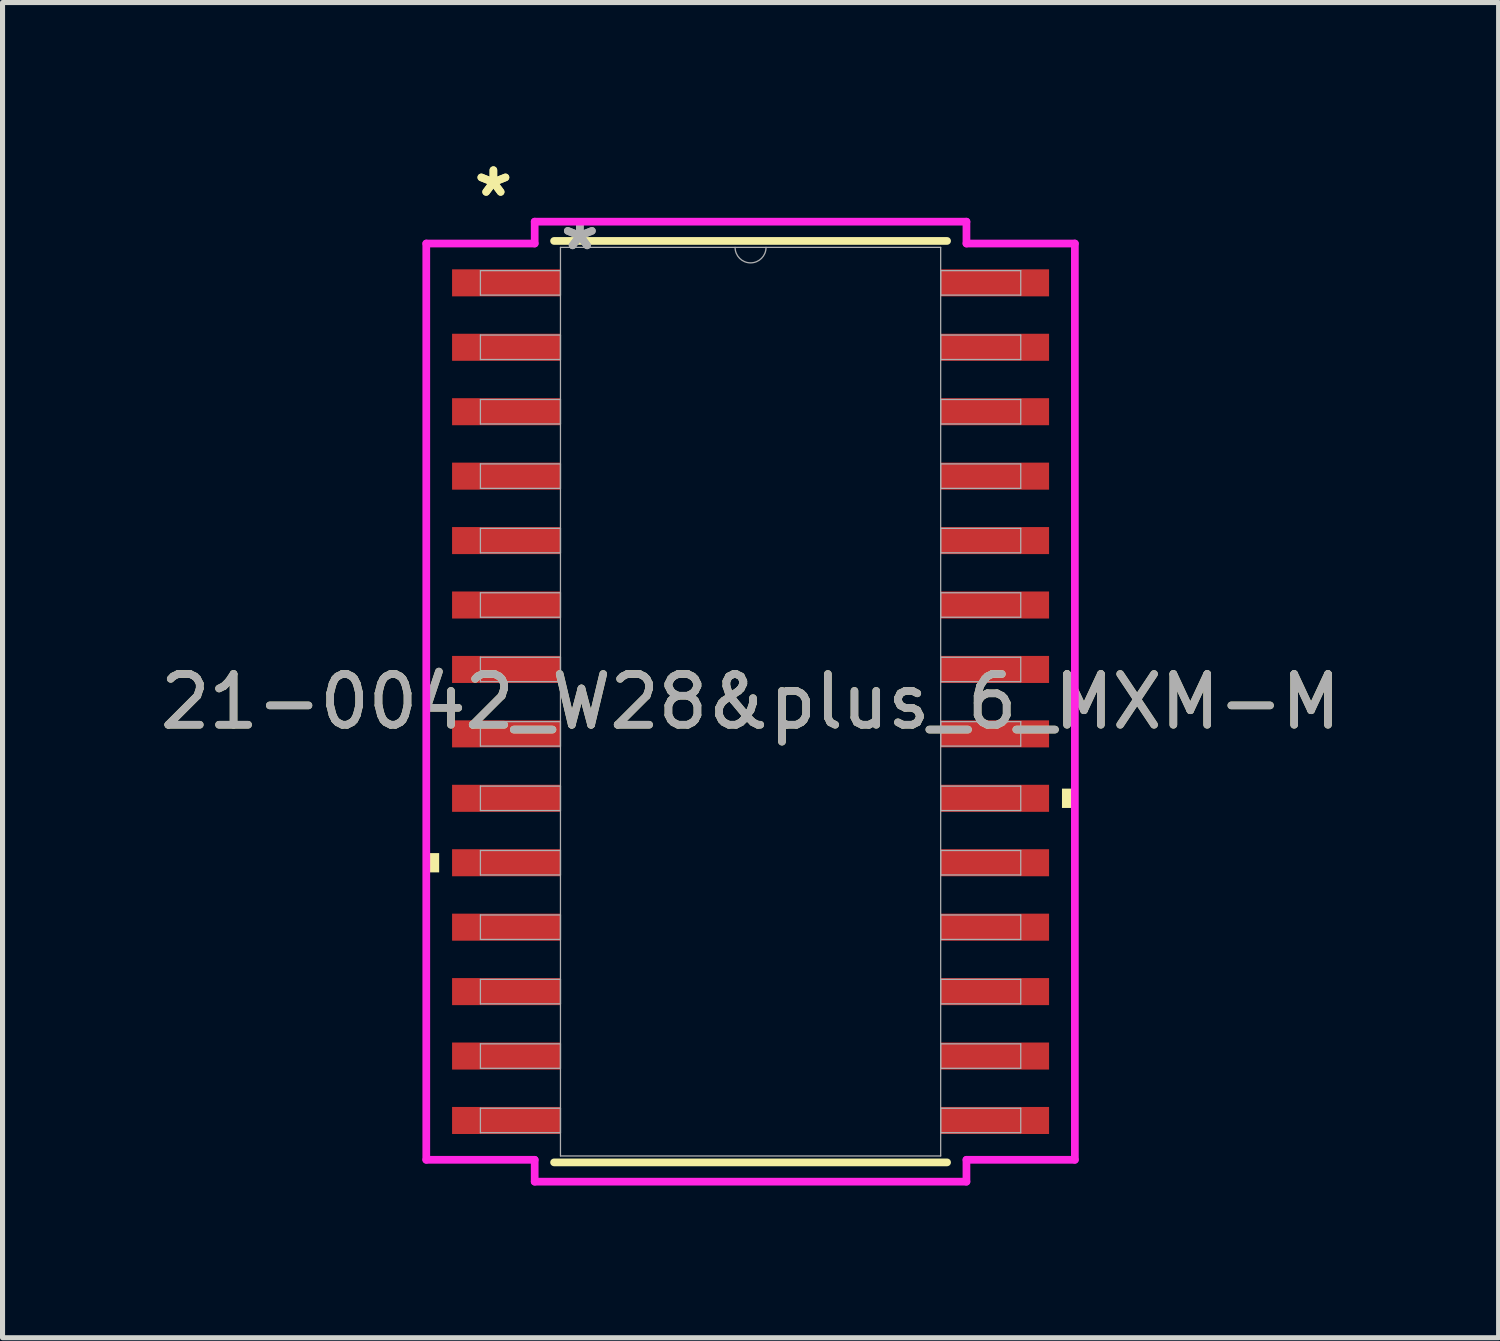
<source format=kicad_pcb>
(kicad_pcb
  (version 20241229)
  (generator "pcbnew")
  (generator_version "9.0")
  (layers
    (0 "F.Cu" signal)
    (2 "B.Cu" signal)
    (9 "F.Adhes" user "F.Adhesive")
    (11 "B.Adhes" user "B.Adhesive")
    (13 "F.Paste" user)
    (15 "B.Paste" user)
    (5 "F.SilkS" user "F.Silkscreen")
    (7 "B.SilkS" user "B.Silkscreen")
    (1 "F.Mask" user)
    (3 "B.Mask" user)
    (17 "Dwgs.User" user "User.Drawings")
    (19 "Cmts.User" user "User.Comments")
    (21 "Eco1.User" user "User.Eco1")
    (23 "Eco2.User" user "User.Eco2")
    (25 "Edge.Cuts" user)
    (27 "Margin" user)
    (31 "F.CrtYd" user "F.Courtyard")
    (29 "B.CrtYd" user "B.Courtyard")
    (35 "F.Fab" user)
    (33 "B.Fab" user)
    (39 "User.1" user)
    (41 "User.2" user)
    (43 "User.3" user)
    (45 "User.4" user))
  (footprint "21-0042_W28&plus_6_MXM-M"
    (layer "F.Cu")
    (at 11.744 10.78)
    (property "Reference" "21-0042_W28&plus_6_MXM-M" (at 0 0 0) (unlocked yes) (layer "F.SilkS") (effects (font (size 1 1) (thickness 0.15))))
    (attr smd)
    (fp_line (start -3.873 9.081) (end 3.873 9.081) (stroke (width 0.152) (type solid)) (layer "F.SilkS"))
    (fp_line (start 3.873 -9.081) (end -3.873 -9.081) (stroke (width 0.152) (type solid)) (layer "F.SilkS"))
    (fp_poly (pts (xy -6.392 2.985) (xy -6.392 3.365) (xy -6.138 3.365) (xy -6.138 2.985)) (stroke (width 0) (type solid)) (fill yes) (layer "F.SilkS"))
    (fp_poly (pts (xy 6.392 1.714) (xy 6.392 2.095) (xy 6.138 2.095) (xy 6.138 1.714)) (stroke (width 0) (type solid)) (fill yes) (layer "F.SilkS"))
    (fp_line (start -6.392 -9.03) (end -4.255 -9.03) (stroke (width 0.152) (type solid)) (layer "F.CrtYd"))
    (fp_line (start -6.392 9.03) (end -6.392 -9.03) (stroke (width 0.152) (type solid)) (layer "F.CrtYd"))
    (fp_line (start -6.392 9.03) (end -4.255 9.03) (stroke (width 0.152) (type solid)) (layer "F.CrtYd"))
    (fp_line (start -4.255 -9.461) (end 4.255 -9.461) (stroke (width 0.152) (type solid)) (layer "F.CrtYd"))
    (fp_line (start -4.255 -9.03) (end -4.255 -9.461) (stroke (width 0.152) (type solid)) (layer "F.CrtYd"))
    (fp_line (start -4.255 9.461) (end -4.255 9.03) (stroke (width 0.152) (type solid)) (layer "F.CrtYd"))
    (fp_line (start 4.255 -9.461) (end 4.255 -9.03) (stroke (width 0.152) (type solid)) (layer "F.CrtYd"))
    (fp_line (start 4.255 9.03) (end 4.255 9.461) (stroke (width 0.152) (type solid)) (layer "F.CrtYd"))
    (fp_line (start 4.255 9.461) (end -4.255 9.461) (stroke (width 0.152) (type solid)) (layer "F.CrtYd"))
    (fp_line (start 6.392 -9.03) (end 4.255 -9.03) (stroke (width 0.152) (type solid)) (layer "F.CrtYd"))
    (fp_line (start 6.392 -9.03) (end 6.392 9.03) (stroke (width 0.152) (type solid)) (layer "F.CrtYd"))
    (fp_line (start 6.392 9.03) (end 4.255 9.03) (stroke (width 0.152) (type solid)) (layer "F.CrtYd"))
    (fp_line (start -5.325 -8.496) (end -5.325 -8.014) (stroke (width 0.025) (type solid)) (layer "F.Fab"))
    (fp_line (start -5.325 -8.014) (end -3.747 -8.014) (stroke (width 0.025) (type solid)) (layer "F.Fab"))
    (fp_line (start -5.325 -7.226) (end -5.325 -6.744) (stroke (width 0.025) (type solid)) (layer "F.Fab"))
    (fp_line (start -5.325 -6.744) (end -3.747 -6.744) (stroke (width 0.025) (type solid)) (layer "F.Fab"))
    (fp_line (start -5.325 -5.956) (end -5.325 -5.474) (stroke (width 0.025) (type solid)) (layer "F.Fab"))
    (fp_line (start -5.325 -5.474) (end -3.747 -5.474) (stroke (width 0.025) (type solid)) (layer "F.Fab"))
    (fp_line (start -5.325 -4.686) (end -5.325 -4.204) (stroke (width 0.025) (type solid)) (layer "F.Fab"))
    (fp_line (start -5.325 -4.204) (end -3.747 -4.204) (stroke (width 0.025) (type solid)) (layer "F.Fab"))
    (fp_line (start -5.325 -3.416) (end -5.325 -2.934) (stroke (width 0.025) (type solid)) (layer "F.Fab"))
    (fp_line (start -5.325 -2.934) (end -3.747 -2.934) (stroke (width 0.025) (type solid)) (layer "F.Fab"))
    (fp_line (start -5.325 -2.146) (end -5.325 -1.664) (stroke (width 0.025) (type solid)) (layer "F.Fab"))
    (fp_line (start -5.325 -1.664) (end -3.747 -1.664) (stroke (width 0.025) (type solid)) (layer "F.Fab"))
    (fp_line (start -5.325 -0.876) (end -5.325 -0.394) (stroke (width 0.025) (type solid)) (layer "F.Fab"))
    (fp_line (start -5.325 -0.394) (end -3.747 -0.394) (stroke (width 0.025) (type solid)) (layer "F.Fab"))
    (fp_line (start -5.325 0.394) (end -5.325 0.876) (stroke (width 0.025) (type solid)) (layer "F.Fab"))
    (fp_line (start -5.325 0.876) (end -3.747 0.876) (stroke (width 0.025) (type solid)) (layer "F.Fab"))
    (fp_line (start -5.325 1.664) (end -5.325 2.146) (stroke (width 0.025) (type solid)) (layer "F.Fab"))
    (fp_line (start -5.325 2.146) (end -3.747 2.146) (stroke (width 0.025) (type solid)) (layer "F.Fab"))
    (fp_line (start -5.325 2.934) (end -5.325 3.416) (stroke (width 0.025) (type solid)) (layer "F.Fab"))
    (fp_line (start -5.325 3.416) (end -3.747 3.416) (stroke (width 0.025) (type solid)) (layer "F.Fab"))
    (fp_line (start -5.325 4.204) (end -5.325 4.686) (stroke (width 0.025) (type solid)) (layer "F.Fab"))
    (fp_line (start -5.325 4.686) (end -3.747 4.686) (stroke (width 0.025) (type solid)) (layer "F.Fab"))
    (fp_line (start -5.325 5.474) (end -5.325 5.956) (stroke (width 0.025) (type solid)) (layer "F.Fab"))
    (fp_line (start -5.325 5.956) (end -3.747 5.956) (stroke (width 0.025) (type solid)) (layer "F.Fab"))
    (fp_line (start -5.325 6.744) (end -5.325 7.226) (stroke (width 0.025) (type solid)) (layer "F.Fab"))
    (fp_line (start -5.325 7.226) (end -3.747 7.226) (stroke (width 0.025) (type solid)) (layer "F.Fab"))
    (fp_line (start -5.325 8.014) (end -5.325 8.496) (stroke (width 0.025) (type solid)) (layer "F.Fab"))
    (fp_line (start -5.325 8.496) (end -3.747 8.496) (stroke (width 0.025) (type solid)) (layer "F.Fab"))
    (fp_line (start -3.747 -8.954) (end -3.747 8.954) (stroke (width 0.025) (type solid)) (layer "F.Fab"))
    (fp_line (start -3.747 -8.496) (end -5.325 -8.496) (stroke (width 0.025) (type solid)) (layer "F.Fab"))
    (fp_line (start -3.747 -8.014) (end -3.747 -8.496) (stroke (width 0.025) (type solid)) (layer "F.Fab"))
    (fp_line (start -3.747 -7.226) (end -5.325 -7.226) (stroke (width 0.025) (type solid)) (layer "F.Fab"))
    (fp_line (start -3.747 -6.744) (end -3.747 -7.226) (stroke (width 0.025) (type solid)) (layer "F.Fab"))
    (fp_line (start -3.747 -5.956) (end -5.325 -5.956) (stroke (width 0.025) (type solid)) (layer "F.Fab"))
    (fp_line (start -3.747 -5.474) (end -3.747 -5.956) (stroke (width 0.025) (type solid)) (layer "F.Fab"))
    (fp_line (start -3.747 -4.686) (end -5.325 -4.686) (stroke (width 0.025) (type solid)) (layer "F.Fab"))
    (fp_line (start -3.747 -4.204) (end -3.747 -4.686) (stroke (width 0.025) (type solid)) (layer "F.Fab"))
    (fp_line (start -3.747 -3.416) (end -5.325 -3.416) (stroke (width 0.025) (type solid)) (layer "F.Fab"))
    (fp_line (start -3.747 -2.934) (end -3.747 -3.416) (stroke (width 0.025) (type solid)) (layer "F.Fab"))
    (fp_line (start -3.747 -2.146) (end -5.325 -2.146) (stroke (width 0.025) (type solid)) (layer "F.Fab"))
    (fp_line (start -3.747 -1.664) (end -3.747 -2.146) (stroke (width 0.025) (type solid)) (layer "F.Fab"))
    (fp_line (start -3.747 -0.876) (end -5.325 -0.876) (stroke (width 0.025) (type solid)) (layer "F.Fab"))
    (fp_line (start -3.747 -0.394) (end -3.747 -0.876) (stroke (width 0.025) (type solid)) (layer "F.Fab"))
    (fp_line (start -3.747 0.394) (end -5.325 0.394) (stroke (width 0.025) (type solid)) (layer "F.Fab"))
    (fp_line (start -3.747 0.876) (end -3.747 0.394) (stroke (width 0.025) (type solid)) (layer "F.Fab"))
    (fp_line (start -3.747 1.664) (end -5.325 1.664) (stroke (width 0.025) (type solid)) (layer "F.Fab"))
    (fp_line (start -3.747 2.146) (end -3.747 1.664) (stroke (width 0.025) (type solid)) (layer "F.Fab"))
    (fp_line (start -3.747 2.934) (end -5.325 2.934) (stroke (width 0.025) (type solid)) (layer "F.Fab"))
    (fp_line (start -3.747 3.416) (end -3.747 2.934) (stroke (width 0.025) (type solid)) (layer "F.Fab"))
    (fp_line (start -3.747 4.204) (end -5.325 4.204) (stroke (width 0.025) (type solid)) (layer "F.Fab"))
    (fp_line (start -3.747 4.686) (end -3.747 4.204) (stroke (width 0.025) (type solid)) (layer "F.Fab"))
    (fp_line (start -3.747 5.474) (end -5.325 5.474) (stroke (width 0.025) (type solid)) (layer "F.Fab"))
    (fp_line (start -3.747 5.956) (end -3.747 5.474) (stroke (width 0.025) (type solid)) (layer "F.Fab"))
    (fp_line (start -3.747 6.744) (end -5.325 6.744) (stroke (width 0.025) (type solid)) (layer "F.Fab"))
    (fp_line (start -3.747 7.226) (end -3.747 6.744) (stroke (width 0.025) (type solid)) (layer "F.Fab"))
    (fp_line (start -3.747 8.014) (end -5.325 8.014) (stroke (width 0.025) (type solid)) (layer "F.Fab"))
    (fp_line (start -3.747 8.496) (end -3.747 8.014) (stroke (width 0.025) (type solid)) (layer "F.Fab"))
    (fp_line (start -3.747 8.954) (end 3.747 8.954) (stroke (width 0.025) (type solid)) (layer "F.Fab"))
    (fp_line (start 3.747 -8.954) (end -3.747 -8.954) (stroke (width 0.025) (type solid)) (layer "F.Fab"))
    (fp_line (start 3.747 -8.496) (end 3.747 -8.014) (stroke (width 0.025) (type solid)) (layer "F.Fab"))
    (fp_line (start 3.747 -8.014) (end 5.325 -8.014) (stroke (width 0.025) (type solid)) (layer "F.Fab"))
    (fp_line (start 3.747 -7.226) (end 3.747 -6.744) (stroke (width 0.025) (type solid)) (layer "F.Fab"))
    (fp_line (start 3.747 -6.744) (end 5.325 -6.744) (stroke (width 0.025) (type solid)) (layer "F.Fab"))
    (fp_line (start 3.747 -5.956) (end 3.747 -5.474) (stroke (width 0.025) (type solid)) (layer "F.Fab"))
    (fp_line (start 3.747 -5.474) (end 5.325 -5.474) (stroke (width 0.025) (type solid)) (layer "F.Fab"))
    (fp_line (start 3.747 -4.686) (end 3.747 -4.204) (stroke (width 0.025) (type solid)) (layer "F.Fab"))
    (fp_line (start 3.747 -4.204) (end 5.325 -4.204) (stroke (width 0.025) (type solid)) (layer "F.Fab"))
    (fp_line (start 3.747 -3.416) (end 3.747 -2.934) (stroke (width 0.025) (type solid)) (layer "F.Fab"))
    (fp_line (start 3.747 -2.934) (end 5.325 -2.934) (stroke (width 0.025) (type solid)) (layer "F.Fab"))
    (fp_line (start 3.747 -2.146) (end 3.747 -1.664) (stroke (width 0.025) (type solid)) (layer "F.Fab"))
    (fp_line (start 3.747 -1.664) (end 5.325 -1.664) (stroke (width 0.025) (type solid)) (layer "F.Fab"))
    (fp_line (start 3.747 -0.876) (end 3.747 -0.394) (stroke (width 0.025) (type solid)) (layer "F.Fab"))
    (fp_line (start 3.747 -0.394) (end 5.325 -0.394) (stroke (width 0.025) (type solid)) (layer "F.Fab"))
    (fp_line (start 3.747 0.394) (end 3.747 0.876) (stroke (width 0.025) (type solid)) (layer "F.Fab"))
    (fp_line (start 3.747 0.876) (end 5.325 0.876) (stroke (width 0.025) (type solid)) (layer "F.Fab"))
    (fp_line (start 3.747 1.664) (end 3.747 2.146) (stroke (width 0.025) (type solid)) (layer "F.Fab"))
    (fp_line (start 3.747 2.146) (end 5.325 2.146) (stroke (width 0.025) (type solid)) (layer "F.Fab"))
    (fp_line (start 3.747 2.934) (end 3.747 3.416) (stroke (width 0.025) (type solid)) (layer "F.Fab"))
    (fp_line (start 3.747 3.416) (end 5.325 3.416) (stroke (width 0.025) (type solid)) (layer "F.Fab"))
    (fp_line (start 3.747 4.204) (end 3.747 4.686) (stroke (width 0.025) (type solid)) (layer "F.Fab"))
    (fp_line (start 3.747 4.686) (end 5.325 4.686) (stroke (width 0.025) (type solid)) (layer "F.Fab"))
    (fp_line (start 3.747 5.474) (end 3.747 5.956) (stroke (width 0.025) (type solid)) (layer "F.Fab"))
    (fp_line (start 3.747 5.956) (end 5.325 5.956) (stroke (width 0.025) (type solid)) (layer "F.Fab"))
    (fp_line (start 3.747 6.744) (end 3.747 7.226) (stroke (width 0.025) (type solid)) (layer "F.Fab"))
    (fp_line (start 3.747 7.226) (end 5.325 7.226) (stroke (width 0.025) (type solid)) (layer "F.Fab"))
    (fp_line (start 3.747 8.014) (end 3.747 8.496) (stroke (width 0.025) (type solid)) (layer "F.Fab"))
    (fp_line (start 3.747 8.496) (end 5.325 8.496) (stroke (width 0.025) (type solid)) (layer "F.Fab"))
    (fp_line (start 3.747 8.954) (end 3.747 -8.954) (stroke (width 0.025) (type solid)) (layer "F.Fab"))
    (fp_line (start 5.325 -8.496) (end 3.747 -8.496) (stroke (width 0.025) (type solid)) (layer "F.Fab"))
    (fp_line (start 5.325 -8.014) (end 5.325 -8.496) (stroke (width 0.025) (type solid)) (layer "F.Fab"))
    (fp_line (start 5.325 -7.226) (end 3.747 -7.226) (stroke (width 0.025) (type solid)) (layer "F.Fab"))
    (fp_line (start 5.325 -6.744) (end 5.325 -7.226) (stroke (width 0.025) (type solid)) (layer "F.Fab"))
    (fp_line (start 5.325 -5.956) (end 3.747 -5.956) (stroke (width 0.025) (type solid)) (layer "F.Fab"))
    (fp_line (start 5.325 -5.474) (end 5.325 -5.956) (stroke (width 0.025) (type solid)) (layer "F.Fab"))
    (fp_line (start 5.325 -4.686) (end 3.747 -4.686) (stroke (width 0.025) (type solid)) (layer "F.Fab"))
    (fp_line (start 5.325 -4.204) (end 5.325 -4.686) (stroke (width 0.025) (type solid)) (layer "F.Fab"))
    (fp_line (start 5.325 -3.416) (end 3.747 -3.416) (stroke (width 0.025) (type solid)) (layer "F.Fab"))
    (fp_line (start 5.325 -2.934) (end 5.325 -3.416) (stroke (width 0.025) (type solid)) (layer "F.Fab"))
    (fp_line (start 5.325 -2.146) (end 3.747 -2.146) (stroke (width 0.025) (type solid)) (layer "F.Fab"))
    (fp_line (start 5.325 -1.664) (end 5.325 -2.146) (stroke (width 0.025) (type solid)) (layer "F.Fab"))
    (fp_line (start 5.325 -0.876) (end 3.747 -0.876) (stroke (width 0.025) (type solid)) (layer "F.Fab"))
    (fp_line (start 5.325 -0.394) (end 5.325 -0.876) (stroke (width 0.025) (type solid)) (layer "F.Fab"))
    (fp_line (start 5.325 0.394) (end 3.747 0.394) (stroke (width 0.025) (type solid)) (layer "F.Fab"))
    (fp_line (start 5.325 0.876) (end 5.325 0.394) (stroke (width 0.025) (type solid)) (layer "F.Fab"))
    (fp_line (start 5.325 1.664) (end 3.747 1.664) (stroke (width 0.025) (type solid)) (layer "F.Fab"))
    (fp_line (start 5.325 2.146) (end 5.325 1.664) (stroke (width 0.025) (type solid)) (layer "F.Fab"))
    (fp_line (start 5.325 2.934) (end 3.747 2.934) (stroke (width 0.025) (type solid)) (layer "F.Fab"))
    (fp_line (start 5.325 3.416) (end 5.325 2.934) (stroke (width 0.025) (type solid)) (layer "F.Fab"))
    (fp_line (start 5.325 4.204) (end 3.747 4.204) (stroke (width 0.025) (type solid)) (layer "F.Fab"))
    (fp_line (start 5.325 4.686) (end 5.325 4.204) (stroke (width 0.025) (type solid)) (layer "F.Fab"))
    (fp_line (start 5.325 5.474) (end 3.747 5.474) (stroke (width 0.025) (type solid)) (layer "F.Fab"))
    (fp_line (start 5.325 5.956) (end 5.325 5.474) (stroke (width 0.025) (type solid)) (layer "F.Fab"))
    (fp_line (start 5.325 6.744) (end 3.747 6.744) (stroke (width 0.025) (type solid)) (layer "F.Fab"))
    (fp_line (start 5.325 7.226) (end 5.325 6.744) (stroke (width 0.025) (type solid)) (layer "F.Fab"))
    (fp_line (start 5.325 8.014) (end 3.747 8.014) (stroke (width 0.025) (type solid)) (layer "F.Fab"))
    (fp_line (start 5.325 8.496) (end 5.325 8.014) (stroke (width 0.025) (type solid)) (layer "F.Fab"))
    (fp_arc (start 0.3048 -8.9535) (mid 0 -8.6487) (end -0.3048 -8.9535) (stroke (width 0.0254) (type solid)) (layer "F.Fab"))
    (fp_text user "*" (at -5.069 -9.931 0) (unlocked yes) (layer "F.SilkS") (effects (font (size 1 1) (thickness 0.15))))
    (fp_text user "*" (at -5.069 -9.931 0) (layer "F.SilkS") (effects (font (size 1 1) (thickness 0.15))))
    (fp_text user "${REFERENCE}" (at 0 0 0) (unlocked yes) (layer "F.Fab") (effects (font (size 1 1) (thickness 0.15))))
    (fp_text user "*" (at -3.365 -8.877 0) (unlocked yes) (layer "F.Fab") (effects (font (size 1 1) (thickness 0.15))))
    (fp_text user "*" (at -3.365 -8.877 0) (layer "F.Fab") (effects (font (size 1 1) (thickness 0.15))))
    (pad "1" smd rect (at -4.815 -8.255) (size 2.137 0.533) (layers "F.Cu" "F.Mask" "F.Paste"))
    (pad "2" smd rect (at -4.815 -6.985) (size 2.137 0.533) (layers "F.Cu" "F.Mask" "F.Paste"))
    (pad "3" smd rect (at -4.815 -5.715) (size 2.137 0.533) (layers "F.Cu" "F.Mask" "F.Paste"))
    (pad "4" smd rect (at -4.815 -4.445) (size 2.137 0.533) (layers "F.Cu" "F.Mask" "F.Paste"))
    (pad "5" smd rect (at -4.815 -3.175) (size 2.137 0.533) (layers "F.Cu" "F.Mask" "F.Paste"))
    (pad "6" smd rect (at -4.815 -1.905) (size 2.137 0.533) (layers "F.Cu" "F.Mask" "F.Paste"))
    (pad "7" smd rect (at -4.815 -0.635) (size 2.137 0.533) (layers "F.Cu" "F.Mask" "F.Paste"))
    (pad "8" smd rect (at -4.815 0.635) (size 2.137 0.533) (layers "F.Cu" "F.Mask" "F.Paste"))
    (pad "9" smd rect (at -4.815 1.905) (size 2.137 0.533) (layers "F.Cu" "F.Mask" "F.Paste"))
    (pad "10" smd rect (at -4.815 3.175) (size 2.137 0.533) (layers "F.Cu" "F.Mask" "F.Paste"))
    (pad "11" smd rect (at -4.815 4.445) (size 2.137 0.533) (layers "F.Cu" "F.Mask" "F.Paste"))
    (pad "12" smd rect (at -4.815 5.715) (size 2.137 0.533) (layers "F.Cu" "F.Mask" "F.Paste"))
    (pad "13" smd rect (at -4.815 6.985) (size 2.137 0.533) (layers "F.Cu" "F.Mask" "F.Paste"))
    (pad "14" smd rect (at -4.815 8.255) (size 2.137 0.533) (layers "F.Cu" "F.Mask" "F.Paste"))
    (pad "15" smd rect (at 4.815 8.255) (size 2.137 0.533) (layers "F.Cu" "F.Mask" "F.Paste"))
    (pad "16" smd rect (at 4.815 6.985) (size 2.137 0.533) (layers "F.Cu" "F.Mask" "F.Paste"))
    (pad "17" smd rect (at 4.815 5.715) (size 2.137 0.533) (layers "F.Cu" "F.Mask" "F.Paste"))
    (pad "18" smd rect (at 4.815 4.445) (size 2.137 0.533) (layers "F.Cu" "F.Mask" "F.Paste"))
    (pad "19" smd rect (at 4.815 3.175) (size 2.137 0.533) (layers "F.Cu" "F.Mask" "F.Paste"))
    (pad "20" smd rect (at 4.815 1.905) (size 2.137 0.533) (layers "F.Cu" "F.Mask" "F.Paste"))
    (pad "21" smd rect (at 4.815 0.635) (size 2.137 0.533) (layers "F.Cu" "F.Mask" "F.Paste"))
    (pad "22" smd rect (at 4.815 -0.635) (size 2.137 0.533) (layers "F.Cu" "F.Mask" "F.Paste"))
    (pad "23" smd rect (at 4.815 -1.905) (size 2.137 0.533) (layers "F.Cu" "F.Mask" "F.Paste"))
    (pad "24" smd rect (at 4.815 -3.175) (size 2.137 0.533) (layers "F.Cu" "F.Mask" "F.Paste"))
    (pad "25" smd rect (at 4.815 -4.445) (size 2.137 0.533) (layers "F.Cu" "F.Mask" "F.Paste"))
    (pad "26" smd rect (at 4.815 -5.715) (size 2.137 0.533) (layers "F.Cu" "F.Mask" "F.Paste"))
    (pad "27" smd rect (at 4.815 -6.985) (size 2.137 0.533) (layers "F.Cu" "F.Mask" "F.Paste"))
    (pad "28" smd rect (at 4.815 -8.255) (size 2.137 0.533) (layers "F.Cu" "F.Mask" "F.Paste")))
  (gr_rect
    (start -3 -3)
    (end 26.488 23.317)
    (stroke (width 0.1) (type default))
    (fill no)
    (layer "Edge.Cuts")))
</source>
